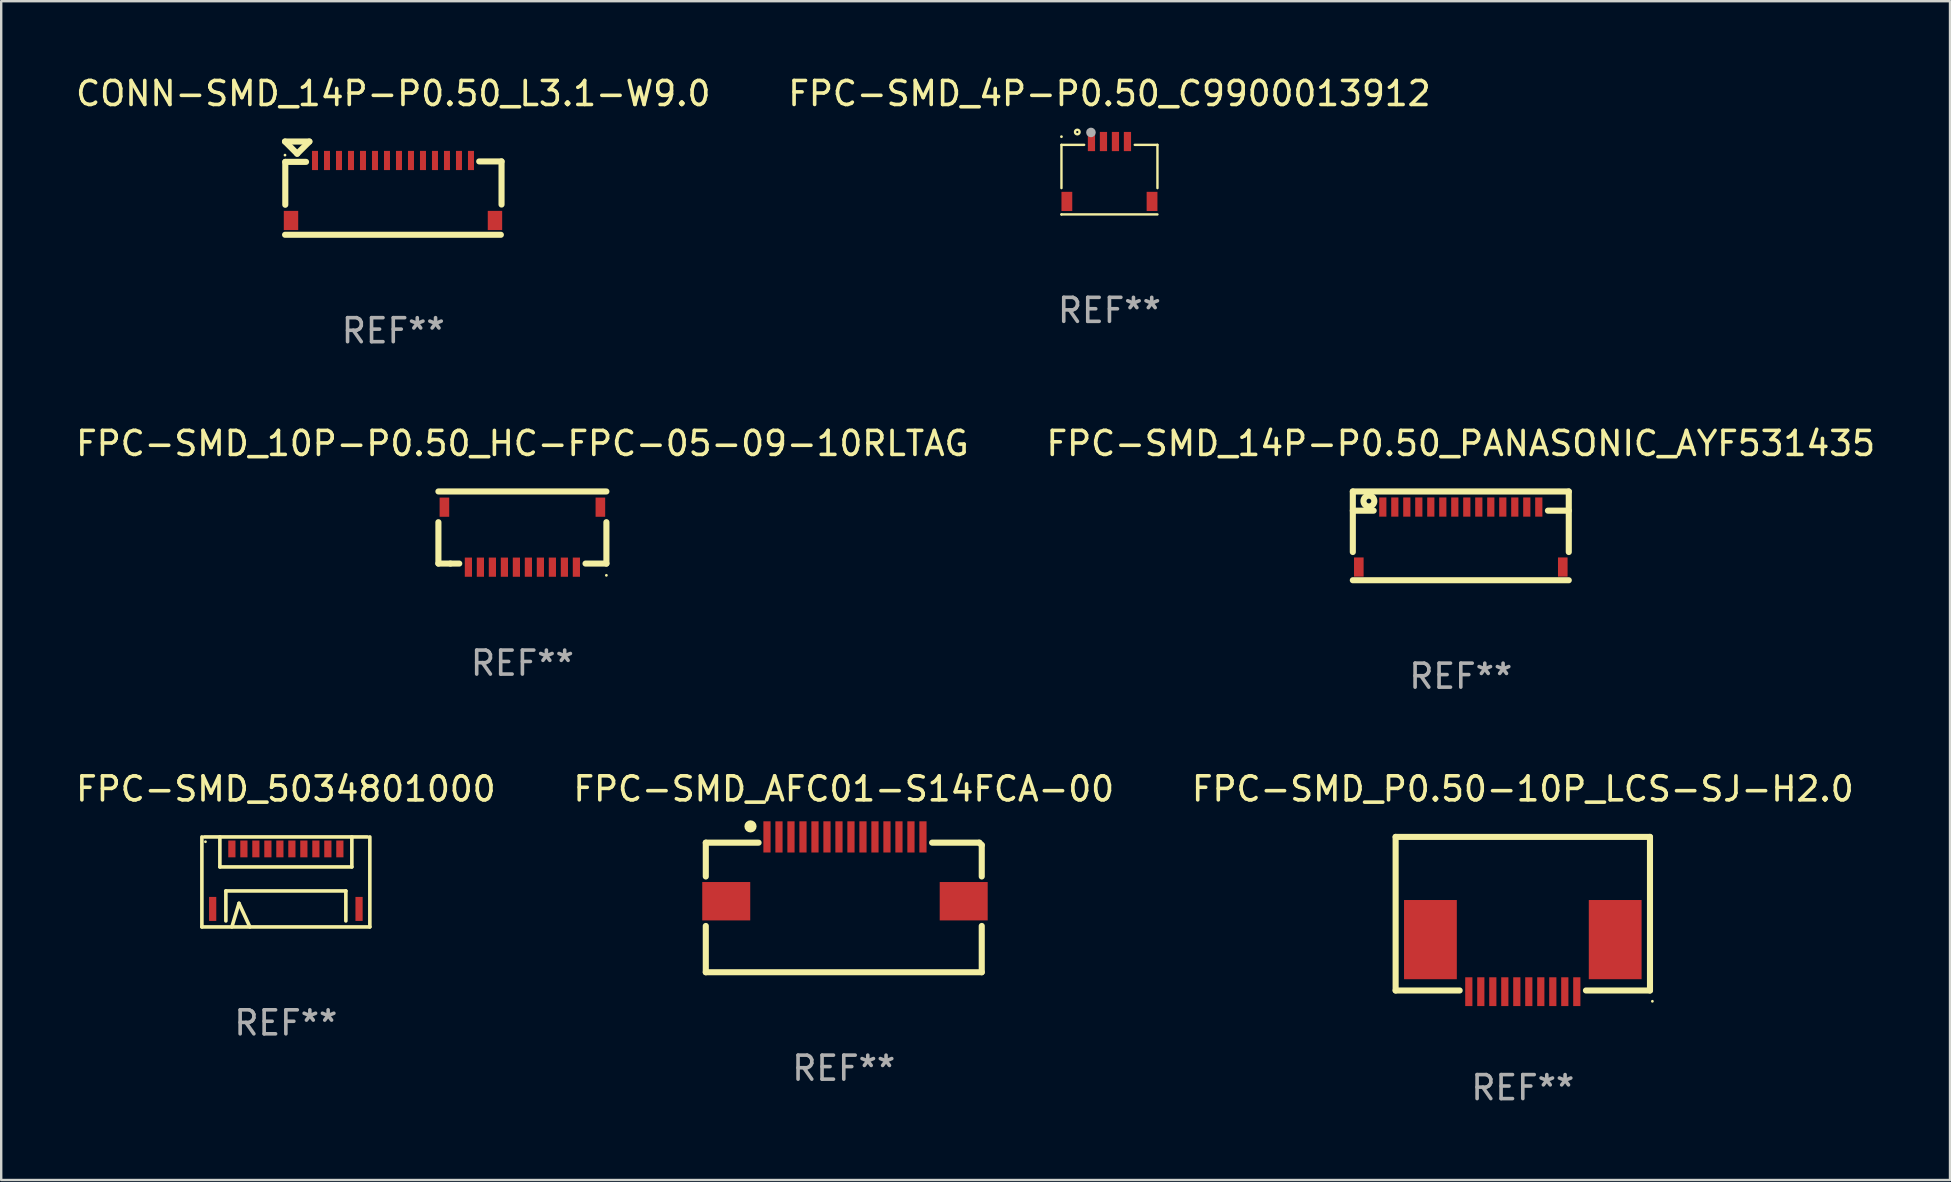
<source format=kicad_pcb>
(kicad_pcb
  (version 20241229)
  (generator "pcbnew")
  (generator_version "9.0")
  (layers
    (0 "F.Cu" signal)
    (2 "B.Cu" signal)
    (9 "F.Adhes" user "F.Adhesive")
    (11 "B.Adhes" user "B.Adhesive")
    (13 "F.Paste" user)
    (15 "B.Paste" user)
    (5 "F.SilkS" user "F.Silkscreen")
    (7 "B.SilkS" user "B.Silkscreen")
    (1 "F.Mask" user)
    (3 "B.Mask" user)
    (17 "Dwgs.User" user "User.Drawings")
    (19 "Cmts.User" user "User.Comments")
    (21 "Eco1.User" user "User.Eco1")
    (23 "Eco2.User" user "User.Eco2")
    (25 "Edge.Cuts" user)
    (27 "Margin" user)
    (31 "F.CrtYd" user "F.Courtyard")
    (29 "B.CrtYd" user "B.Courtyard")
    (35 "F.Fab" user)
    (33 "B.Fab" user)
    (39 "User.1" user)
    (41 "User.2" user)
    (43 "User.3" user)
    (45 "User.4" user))
  (footprint "CONN-SMD_14P-P0.50_L3.1-W9.0"
    (layer "F.Cu")
    (at 13.327 4.888)
    (property "Reference" "CONN-SMD_14P-P0.50_L3.1-W9.0" (at 0.012 -4.04 0) (layer "F.SilkS") (effects (font (size 1 1) (thickness 0.15))))
    (attr smd)
    (fp_line (start -4.5 -2.04) (end -3.484 -2.04) (stroke (width 0.254) (type solid)) (layer "F.SilkS"))
    (fp_line (start -4.488 -1.192) (end -4.488 0.595) (stroke (width 0.254) (type solid)) (layer "F.SilkS"))
    (fp_line (start -3.992 -1.532) (end -4.5 -2.04) (stroke (width 0.254) (type solid)) (layer "F.SilkS"))
    (fp_line (start -3.623 -1.192) (end -4.488 -1.192) (stroke (width 0.254) (type solid)) (layer "F.SilkS"))
    (fp_line (start -3.484 -2.04) (end -3.992 -1.532) (stroke (width 0.254) (type solid)) (layer "F.SilkS"))
    (fp_line (start 3.593 -1.211) (end 4.524 -1.211) (stroke (width 0.254) (type solid)) (layer "F.SilkS"))
    (fp_line (start 4.496 1.846) (end -4.497 1.846) (stroke (width 0.254) (type solid)) (layer "F.SilkS"))
    (fp_line (start 4.524 -1.211) (end 4.524 0.586) (stroke (width 0.254) (type solid)) (layer "F.SilkS"))
    (fp_circle (center -4.5 -1.474) (end -4.47 -1.474) (stroke (width 0.06) (type solid)) (fill no) (layer "F.SilkS"))
    (fp_text user "REF**" (at 0.012 5.846 0) (layer "F.Fab") (effects (font (size 1 1) (thickness 0.15))))
    (pad "0" smd rect (at -4.25 1.25) (size 0.6 0.8) (layers "F.Cu" "F.Mask" "F.Paste"))
    (pad "0" smd rect (at 4.25 1.25) (size 0.6 0.8) (layers "F.Cu" "F.Mask" "F.Paste"))
    (pad "1" smd rect (at -3.25 -1.25) (size 0.25 0.8) (layers "F.Cu" "F.Mask" "F.Paste"))
    (pad "2" smd rect (at -2.75 -1.25) (size 0.25 0.8) (layers "F.Cu" "F.Mask" "F.Paste"))
    (pad "3" smd rect (at -2.25 -1.25) (size 0.25 0.8) (layers "F.Cu" "F.Mask" "F.Paste"))
    (pad "4" smd rect (at -1.75 -1.25) (size 0.25 0.8) (layers "F.Cu" "F.Mask" "F.Paste"))
    (pad "5" smd rect (at -1.25 -1.25) (size 0.25 0.8) (layers "F.Cu" "F.Mask" "F.Paste"))
    (pad "6" smd rect (at -0.75 -1.25) (size 0.25 0.8) (layers "F.Cu" "F.Mask" "F.Paste"))
    (pad "7" smd rect (at -0.25 -1.25) (size 0.25 0.8) (layers "F.Cu" "F.Mask" "F.Paste"))
    (pad "8" smd rect (at 0.25 -1.25) (size 0.25 0.8) (layers "F.Cu" "F.Mask" "F.Paste"))
    (pad "9" smd rect (at 0.75 -1.25) (size 0.25 0.8) (layers "F.Cu" "F.Mask" "F.Paste"))
    (pad "10" smd rect (at 1.25 -1.25) (size 0.25 0.8) (layers "F.Cu" "F.Mask" "F.Paste"))
    (pad "11" smd rect (at 1.75 -1.25) (size 0.25 0.8) (layers "F.Cu" "F.Mask" "F.Paste"))
    (pad "12" smd rect (at 2.25 -1.25) (size 0.25 0.8) (layers "F.Cu" "F.Mask" "F.Paste"))
    (pad "13" smd rect (at 2.75 -1.25) (size 0.25 0.8) (layers "F.Cu" "F.Mask" "F.Paste"))
    (pad "14" smd rect (at 3.25 -1.25) (size 0.25 0.8) (layers "F.Cu" "F.Mask" "F.Paste")))
  (footprint "FPC-SMD_P0.50-10P_LCS-SJ-H2.0"
    (layer "F.Cu")
    (at 60.411 37.192)
    (property "Reference" "FPC-SMD_P0.50-10P_LCS-SJ-H2.0" (at 0.000102 -7.365 0) (layer "F.SilkS") (effects (font (size 1 1) (thickness 0.15))))
    (attr smd)
    (fp_line (start -5.3 -5.365) (end 5.3 -5.365) (stroke (width 0.254) (type solid)) (layer "F.SilkS"))
    (fp_line (start -5.3 1.035) (end -5.3 -5.365) (stroke (width 0.254) (type solid)) (layer "F.SilkS"))
    (fp_line (start -2.631 1.035) (end -5.3 1.035) (stroke (width 0.254) (type solid)) (layer "F.SilkS"))
    (fp_line (start 5.3 -5.365) (end 5.3 1.035) (stroke (width 0.254) (type solid)) (layer "F.SilkS"))
    (fp_line (start 5.3 1.035) (end 2.631 1.035) (stroke (width 0.254) (type solid)) (layer "F.SilkS"))
    (fp_circle (center 5.4 1.485) (end 5.43 1.485) (stroke (width 0.06) (type solid)) (fill no) (layer "F.SilkS"))
    (fp_text user "REF**" (at 0.000102 5.085 0) (layer "F.Fab") (effects (font (size 1 1) (thickness 0.15))))
    (pad "1" smd rect (at 2.25 1.085 180) (size 0.3 1.2) (layers "F.Cu" "F.Mask" "F.Paste"))
    (pad "2" smd rect (at 1.75 1.085 180) (size 0.3 1.2) (layers "F.Cu" "F.Mask" "F.Paste"))
    (pad "3" smd rect (at 1.25 1.085 180) (size 0.3 1.2) (layers "F.Cu" "F.Mask" "F.Paste"))
    (pad "4" smd rect (at 0.75 1.085 180) (size 0.3 1.2) (layers "F.Cu" "F.Mask" "F.Paste"))
    (pad "5" smd rect (at 0.25 1.085 180) (size 0.3 1.2) (layers "F.Cu" "F.Mask" "F.Paste"))
    (pad "6" smd rect (at -0.25 1.085 180) (size 0.3 1.2) (layers "F.Cu" "F.Mask" "F.Paste"))
    (pad "7" smd rect (at -0.75 1.085 180) (size 0.3 1.2) (layers "F.Cu" "F.Mask" "F.Paste"))
    (pad "8" smd rect (at -1.25 1.085 180) (size 0.3 1.2) (layers "F.Cu" "F.Mask" "F.Paste"))
    (pad "9" smd rect (at -1.75 1.085 180) (size 0.3 1.2) (layers "F.Cu" "F.Mask" "F.Paste"))
    (pad "10" smd rect (at -2.25 1.085 180) (size 0.3 1.2) (layers "F.Cu" "F.Mask" "F.Paste"))
    (pad "11" smd rect (at -3.85 -1.085 180) (size 2.2 3.3) (layers "F.Cu" "F.Mask" "F.Paste"))
    (pad "12" smd rect (at 3.85 -1.085 180) (size 2.2 3.3) (layers "F.Cu" "F.Mask" "F.Paste")))
  (footprint "FPC-SMD_14P-P0.50_PANASONIC_AYF531435"
    (layer "F.Cu")
    (at 57.827 19.281)
    (property "Reference" "FPC-SMD_14P-P0.50_PANASONIC_AYF531435" (at 0 -3.85 0) (layer "F.SilkS") (effects (font (size 1 1) (thickness 0.15))))
    (attr through_hole)
    (fp_line (start -4.5 -1.85) (end 4.5 -1.85) (stroke (width 0.254) (type solid)) (layer "F.SilkS"))
    (fp_line (start -4.5 0.674) (end -4.5 -1.85) (stroke (width 0.254) (type solid)) (layer "F.SilkS"))
    (fp_line (start -4.5 1.85) (end 4.5 1.85) (stroke (width 0.254) (type solid)) (layer "F.SilkS"))
    (fp_line (start -3.631 -1.05) (end -4.5 -1.05) (stroke (width 0.254) (type solid)) (layer "F.SilkS"))
    (fp_line (start 3.631 -1.05) (end 4.5 -1.05) (stroke (width 0.254) (type solid)) (layer "F.SilkS"))
    (fp_line (start 4.5 -1.85) (end 4.5 0.674) (stroke (width 0.254) (type solid)) (layer "F.SilkS"))
    (fp_circle (center -4.5 -1.85) (end -4.47 -1.85) (stroke (width 0.06) (type solid)) (fill no) (layer "F.SilkS"))
    (fp_circle (center -3.83 -1.45) (end -3.731 -1.45) (stroke (width 0.254) (type solid)) (fill no) (layer "F.SilkS"))
    (fp_text user "REF**" (at 0 5.85 0) (layer "F.Fab") (effects (font (size 1 1) (thickness 0.15))))
    (pad "1" smd rect (at -3.25 -1.2) (size 0.3 0.8) (layers "F.Cu" "F.Mask" "F.Paste"))
    (pad "2" smd rect (at -2.75 -1.2) (size 0.3 0.8) (layers "F.Cu" "F.Mask" "F.Paste"))
    (pad "3" smd rect (at -2.25 -1.2) (size 0.3 0.8) (layers "F.Cu" "F.Mask" "F.Paste"))
    (pad "4" smd rect (at -1.75 -1.2) (size 0.3 0.8) (layers "F.Cu" "F.Mask" "F.Paste"))
    (pad "5" smd rect (at -1.25 -1.2) (size 0.3 0.8) (layers "F.Cu" "F.Mask" "F.Paste"))
    (pad "6" smd rect (at -0.75 -1.2) (size 0.3 0.8) (layers "F.Cu" "F.Mask" "F.Paste"))
    (pad "7" smd rect (at -0.25 -1.2) (size 0.3 0.8) (layers "F.Cu" "F.Mask" "F.Paste"))
    (pad "8" smd rect (at 0.25 -1.2) (size 0.3 0.8) (layers "F.Cu" "F.Mask" "F.Paste"))
    (pad "9" smd rect (at 0.75 -1.2) (size 0.3 0.8) (layers "F.Cu" "F.Mask" "F.Paste"))
    (pad "10" smd rect (at 1.25 -1.2) (size 0.3 0.8) (layers "F.Cu" "F.Mask" "F.Paste"))
    (pad "11" smd rect (at 1.75 -1.2) (size 0.3 0.8) (layers "F.Cu" "F.Mask" "F.Paste"))
    (pad "12" smd rect (at 2.25 -1.2) (size 0.3 0.8) (layers "F.Cu" "F.Mask" "F.Paste"))
    (pad "13" smd rect (at 2.75 -1.2) (size 0.3 0.8) (layers "F.Cu" "F.Mask" "F.Paste"))
    (pad "14" smd rect (at 3.25 -1.2) (size 0.3 0.8) (layers "F.Cu" "F.Mask" "F.Paste"))
    (pad "15" smd rect (at 4.25 1.3) (size 0.4 0.8) (layers "F.Cu" "F.Mask" "F.Paste"))
    (pad "16" smd rect (at -4.25 1.3) (size 0.4 0.8) (layers "F.Cu" "F.Mask" "F.Paste")))
  (footprint "FPC-SMD_AFC01-S14FCA-00"
    (layer "F.Cu")
    (at 32.163 33.167)
    (property "Reference" "FPC-SMD_AFC01-S14FCA-00" (at -0.05 -3.34 0) (layer "F.SilkS") (effects (font (size 1 1) (thickness 0.15))))
    (attr smd)
    (fp_line (start -5.8 -1.1) (end -3.6 -1.1) (stroke (width 0.254) (type solid)) (layer "F.SilkS"))
    (fp_line (start -5.8 0.309) (end -5.8 -1.1) (stroke (width 0.254) (type solid)) (layer "F.SilkS"))
    (fp_line (start -5.8 4.3) (end -5.8 2.371) (stroke (width 0.254) (type solid)) (layer "F.SilkS"))
    (fp_line (start 3.631 -1.1) (end 5.6 -1.1) (stroke (width 0.254) (type solid)) (layer "F.SilkS"))
    (fp_line (start 5.6 -1.1) (end 5.7 -1) (stroke (width 0.254) (type solid)) (layer "F.SilkS"))
    (fp_line (start 5.7 -1) (end 5.7 0.309) (stroke (width 0.254) (type solid)) (layer "F.SilkS"))
    (fp_line (start 5.7 2.371) (end 5.7 4.3) (stroke (width 0.254) (type solid)) (layer "F.SilkS"))
    (fp_line (start 5.7 4.3) (end -5.8 4.3) (stroke (width 0.254) (type solid)) (layer "F.SilkS"))
    (fp_circle (center -5.7 4.301) (end -5.67 4.301) (stroke (width 0.06) (type solid)) (fill no) (layer "F.SilkS"))
    (fp_circle (center -3.937 -1.778) (end -3.81 -1.778) (stroke (width 0.254) (type solid)) (fill no) (layer "F.SilkS"))
    (fp_text user "REF**" (at -0.05 8.3 0) (layer "F.Fab") (effects (font (size 1 1) (thickness 0.15))))
    (pad "1" smd rect (at -3.25 -1.34 180) (size 0.3 1.3) (layers "F.Cu" "F.Mask" "F.Paste"))
    (pad "2" smd rect (at -2.75 -1.339 180) (size 0.3 1.3) (layers "F.Cu" "F.Mask" "F.Paste"))
    (pad "3" smd rect (at -2.25 -1.34 180) (size 0.3 1.3) (layers "F.Cu" "F.Mask" "F.Paste"))
    (pad "4" smd rect (at -1.75 -1.34 180) (size 0.3 1.3) (layers "F.Cu" "F.Mask" "F.Paste"))
    (pad "5" smd rect (at -1.25 -1.34 180) (size 0.3 1.3) (layers "F.Cu" "F.Mask" "F.Paste"))
    (pad "6" smd rect (at -0.75 -1.34 180) (size 0.3 1.3) (layers "F.Cu" "F.Mask" "F.Paste"))
    (pad "7" smd rect (at -0.25 -1.34 180) (size 0.3 1.3) (layers "F.Cu" "F.Mask" "F.Paste"))
    (pad "8" smd rect (at 0.25 -1.34 180) (size 0.3 1.3) (layers "F.Cu" "F.Mask" "F.Paste"))
    (pad "9" smd rect (at 0.75 -1.34 180) (size 0.3 1.3) (layers "F.Cu" "F.Mask" "F.Paste"))
    (pad "10" smd rect (at 1.25 -1.34 180) (size 0.3 1.3) (layers "F.Cu" "F.Mask" "F.Paste"))
    (pad "11" smd rect (at 1.75 -1.34 180) (size 0.3 1.3) (layers "F.Cu" "F.Mask" "F.Paste"))
    (pad "12" smd rect (at 2.25 -1.34 180) (size 0.3 1.3) (layers "F.Cu" "F.Mask" "F.Paste"))
    (pad "13" smd rect (at 2.75 -1.34 180) (size 0.3 1.3) (layers "F.Cu" "F.Mask" "F.Paste"))
    (pad "14" smd rect (at 3.25 -1.34 180) (size 0.3 1.3) (layers "F.Cu" "F.Mask" "F.Paste"))
    (pad "15" smd rect (at 4.948 1.34 90) (size 1.6 2) (layers "F.Cu" "F.Mask" "F.Paste"))
    (pad "16" smd rect (at -4.948 1.34 90) (size 1.6 2) (layers "F.Cu" "F.Mask" "F.Paste")))
  (footprint "FPC-SMD_4P-P0.50_C9900013912"
    (layer "F.Cu")
    (at 43.185 4.096)
    (property "Reference" "FPC-SMD_4P-P0.50_C9900013912" (at 0 -3.248 0) (layer "F.SilkS") (effects (font (size 1 1) (thickness 0.15))))
    (attr smd)
    (fp_line (start -2 -1.11) (end -1.054 -1.11) (stroke (width 0.1) (type solid)) (layer "F.SilkS"))
    (fp_line (start -2 0.693) (end -2 -1.11) (stroke (width 0.1) (type solid)) (layer "F.SilkS"))
    (fp_line (start -2 1.79) (end -2 1.79) (stroke (width 0.1) (type solid)) (layer "F.SilkS"))
    (fp_line (start 1.054 -1.11) (end 2 -1.11) (stroke (width 0.1) (type solid)) (layer "F.SilkS"))
    (fp_line (start 2 -1.11) (end 2 0.693) (stroke (width 0.1) (type solid)) (layer "F.SilkS"))
    (fp_line (start 2 1.79) (end -2 1.79) (stroke (width 0.1) (type solid)) (layer "F.SilkS"))
    (fp_circle (center -2 -1.45) (end -1.97 -1.45) (stroke (width 0.06) (type solid)) (fill no) (layer "F.SilkS"))
    (fp_circle (center -1.34 -1.644) (end -1.244 -1.644) (stroke (width 0.1) (type solid)) (fill no) (layer "F.SilkS"))
    (fp_circle (center -0.771 -1.627) (end -0.671 -1.627) (stroke (width 0.2) (type solid)) (fill no) (layer "F.Fab"))
    (fp_text user "REF**" (at 0 5.79 0) (layer "F.Fab") (effects (font (size 1 1) (thickness 0.15))))
    (pad "1" smd rect (at -0.75 -1.248) (size 0.3 0.8) (layers "F.Cu" "F.Mask" "F.Paste"))
    (pad "2" smd rect (at -0.25 -1.248) (size 0.3 0.8) (layers "F.Cu" "F.Mask" "F.Paste"))
    (pad "3" smd rect (at 0.25 -1.248) (size 0.3 0.8) (layers "F.Cu" "F.Mask" "F.Paste"))
    (pad "4" smd rect (at 0.75 -1.248) (size 0.3 0.8) (layers "F.Cu" "F.Mask" "F.Paste"))
    (pad "5" smd rect (at 1.775 1.248) (size 0.45 0.8) (layers "F.Cu" "F.Mask" "F.Paste"))
    (pad "6" smd rect (at -1.775 1.248) (size 0.45 0.8) (layers "F.Cu" "F.Mask" "F.Paste")))
  (footprint "FPC-SMD_10P-P0.50_HC-FPC-05-09-10RLTAG"
    (layer "F.Cu")
    (at 18.72 19.336)
    (property "Reference" "FPC-SMD_10P-P0.50_HC-FPC-05-09-10RLTAG" (at 0.000457 -3.905 0) (layer "F.SilkS") (effects (font (size 1 1) (thickness 0.15))))
    (attr smd)
    (fp_line (start -3.5 1.1) (end -3.5 -0.624) (stroke (width 0.254) (type solid)) (layer "F.SilkS"))
    (fp_line (start -3 1.1) (end -3.5 1.1) (stroke (width 0.254) (type solid)) (layer "F.SilkS"))
    (fp_line (start -3 1.1) (end -2.631 1.1) (stroke (width 0.254) (type solid)) (layer "F.SilkS"))
    (fp_line (start 2.631 1.1) (end 3.501 1.1) (stroke (width 0.254) (type solid)) (layer "F.SilkS"))
    (fp_line (start 3.501 -1.905) (end -3.5 -1.905) (stroke (width 0.254) (type solid)) (layer "F.SilkS"))
    (fp_line (start 3.501 1.1) (end 3.501 -0.625) (stroke (width 0.254) (type solid)) (layer "F.SilkS"))
    (fp_circle (center 3.5 1.59) (end 3.53 1.59) (stroke (width 0.06) (type solid)) (fill no) (layer "F.SilkS"))
    (fp_text user "REF**" (at 0.000457 5.25 0) (layer "F.Fab") (effects (font (size 1 1) (thickness 0.15))))
    (pad "1" smd rect (at 2.25 1.25 180) (size 0.3 0.8) (layers "F.Cu" "F.Mask" "F.Paste"))
    (pad "2" smd rect (at 1.75 1.25 180) (size 0.3 0.8) (layers "F.Cu" "F.Mask" "F.Paste"))
    (pad "3" smd rect (at 1.25 1.25 180) (size 0.3 0.8) (layers "F.Cu" "F.Mask" "F.Paste"))
    (pad "4" smd rect (at 0.75 1.25 180) (size 0.3 0.8) (layers "F.Cu" "F.Mask" "F.Paste"))
    (pad "5" smd rect (at 0.25 1.25 180) (size 0.3 0.8) (layers "F.Cu" "F.Mask" "F.Paste"))
    (pad "6" smd rect (at -0.25 1.25 180) (size 0.3 0.8) (layers "F.Cu" "F.Mask" "F.Paste"))
    (pad "7" smd rect (at -0.75 1.25 180) (size 0.3 0.8) (layers "F.Cu" "F.Mask" "F.Paste"))
    (pad "8" smd rect (at -1.25 1.25 180) (size 0.3 0.8) (layers "F.Cu" "F.Mask" "F.Paste"))
    (pad "9" smd rect (at -1.75 1.25 180) (size 0.3 0.8) (layers "F.Cu" "F.Mask" "F.Paste"))
    (pad "10" smd rect (at -2.25 1.25 180) (size 0.3 0.8) (layers "F.Cu" "F.Mask" "F.Paste"))
    (pad "11" smd rect (at -3.25 -1.25 180) (size 0.4 0.8) (layers "F.Cu" "F.Mask" "F.Paste"))
    (pad "12" smd rect (at 3.25 -1.25 180) (size 0.4 0.8) (layers "F.Cu" "F.Mask" "F.Paste")))
  (footprint "FPC-SMD_5034801000"
    (layer "F.Cu")
    (at 8.863 33.578)
    (property "Reference" "FPC-SMD_5034801000" (at 0 -3.75 0) (layer "F.SilkS") (effects (font (size 1 1) (thickness 0.15))))
    (attr smd)
    (fp_line (start -3.5 -1.75) (end -3.5 2) (stroke (width 0.15) (type solid)) (layer "F.SilkS"))
    (fp_line (start -3.5 2) (end 3.5 2) (stroke (width 0.15) (type solid)) (layer "F.SilkS"))
    (fp_line (start -3.4 -1.75) (end 3.4 -1.75) (stroke (width 0.15) (type solid)) (layer "F.SilkS"))
    (fp_line (start -2.75 -1.75) (end -2.75 -0.5) (stroke (width 0.15) (type solid)) (layer "F.SilkS"))
    (fp_line (start -2.75 -0.5) (end 2.75 -0.5) (stroke (width 0.15) (type solid)) (layer "F.SilkS"))
    (fp_line (start -2.5 0.5) (end -2.5 1.75) (stroke (width 0.15) (type solid)) (layer "F.SilkS"))
    (fp_line (start -2.5 0.5) (end 2.5 0.5) (stroke (width 0.15) (type solid)) (layer "F.SilkS"))
    (fp_line (start -1.953 1.016) (end -2.25 2) (stroke (width 0.15) (type solid)) (layer "F.SilkS"))
    (fp_line (start -1.5 2) (end -1.953 1.016) (stroke (width 0.15) (type solid)) (layer "F.SilkS"))
    (fp_line (start 2.5 0.5) (end 2.5 1.75) (stroke (width 0.15) (type solid)) (layer "F.SilkS"))
    (fp_line (start 2.75 -0.5) (end 2.75 -1.75) (stroke (width 0.15) (type solid)) (layer "F.SilkS"))
    (fp_line (start 3.5 -1.75) (end 3.5 2) (stroke (width 0.15) (type solid)) (layer "F.SilkS"))
    (fp_circle (center -3.351 -1.55) (end -3.321 -1.55) (stroke (width 0.06) (type solid)) (fill no) (layer "F.SilkS"))
    (fp_text user "REF**" (at 0 6 0) (layer "F.Fab") (effects (font (size 1 1) (thickness 0.15))))
    (pad "1" smd rect (at -2.25 -1.25 180) (size 0.3 0.7) (layers "F.Cu" "F.Mask" "F.Paste"))
    (pad "2" smd rect (at -1.749 -1.25 180) (size 0.3 0.7) (layers "F.Cu" "F.Mask" "F.Paste"))
    (pad "3" smd rect (at -1.25 -1.25 180) (size 0.3 0.7) (layers "F.Cu" "F.Mask" "F.Paste"))
    (pad "4" smd rect (at -0.749 -1.25 180) (size 0.3 0.7) (layers "F.Cu" "F.Mask" "F.Paste"))
    (pad "5" smd rect (at -0.25 -1.25 180) (size 0.3 0.7) (layers "F.Cu" "F.Mask" "F.Paste"))
    (pad "6" smd rect (at 0.251 -1.25 180) (size 0.3 0.7) (layers "F.Cu" "F.Mask" "F.Paste"))
    (pad "7" smd rect (at 0.75 -1.25 180) (size 0.3 0.7) (layers "F.Cu" "F.Mask" "F.Paste"))
    (pad "8" smd rect (at 1.251 -1.25 180) (size 0.3 0.7) (layers "F.Cu" "F.Mask" "F.Paste"))
    (pad "9" smd rect (at 1.75 -1.25 180) (size 0.3 0.7) (layers "F.Cu" "F.Mask" "F.Paste"))
    (pad "10" smd rect (at 2.25 -1.25 180) (size 0.3 0.7) (layers "F.Cu" "F.Mask" "F.Paste"))
    (pad "11" smd rect (at -3.05 1.25) (size 0.3 1) (layers "F.Cu" "F.Mask" "F.Paste"))
    (pad "12" smd rect (at 3.05 1.25 180) (size 0.3 1) (layers "F.Cu" "F.Mask" "F.Paste")))
  (gr_rect
    (start -3 -3)
    (end 78.214 46.126)
    (stroke (width 0.1) (type default))
    (fill no)
    (layer "Edge.Cuts")))
</source>
